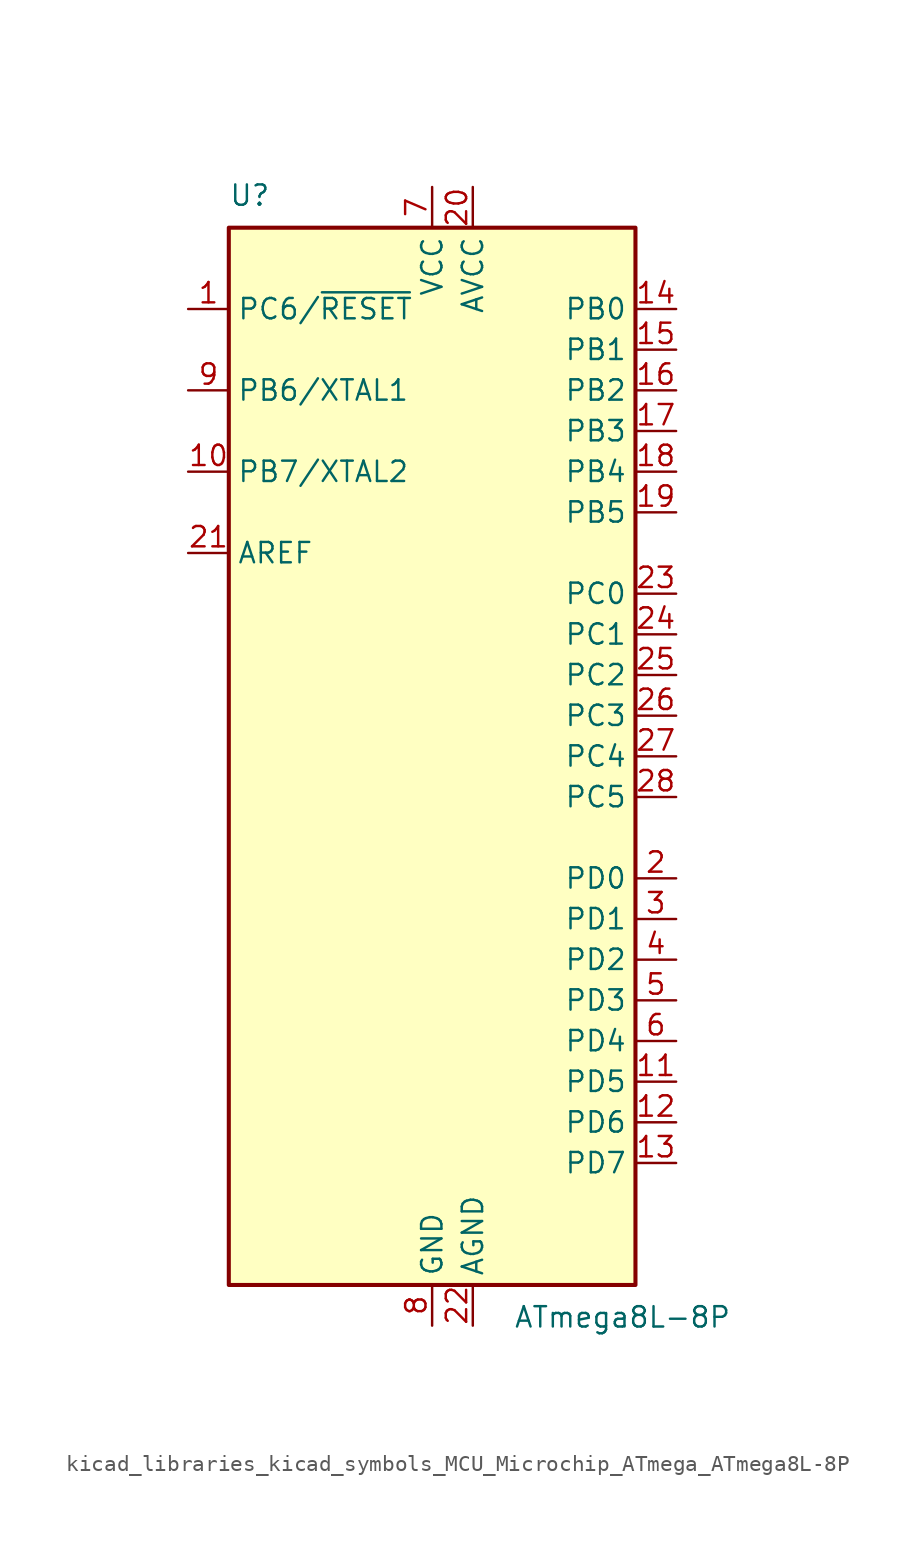
<source format=kicad_sym>
(kicad_symbol_lib
  (version 20220914)
  (generator kicad_symbol_editor)
  (symbol "kicad_libraries_kicad_symbols_MCU_Microchip_ATmega_ATmega8L-8P"
    (property "Reference" "U"
      (at -12.7 34.29 0)
      (effects (font (size 1.27 1.27)) (justify left bottom)))
    (property "Value" "ATmega8L-8P"
      (at 5.08 -34.29 0)
      (effects (font (size 1.27 1.27)) (justify left top)))
    (symbol "kicad_libraries_kicad_symbols_MCU_Microchip_ATmega_ATmega8L-8P_0_1"
      (rectangle (start -12.7 -33.02) (end 12.7 33.02) (stroke (width 0.254) (type default)) (fill (type background))))
    (symbol "kicad_libraries_kicad_symbols_MCU_Microchip_ATmega_ATmega8L-8P_1_1"
      (pin bidirectional line (at -15.24 27.94 0) (length 2.54) (name "PC6/~{RESET}" (effects (font (size 1.27 1.27)))) (number "1" (effects (font (size 1.27 1.27)))))
      (pin bidirectional line (at -15.24 17.78 0) (length 2.54) (name "PB7/XTAL2" (effects (font (size 1.27 1.27)))) (number "10" (effects (font (size 1.27 1.27)))))
      (pin bidirectional line (at 15.24 -20.32 180) (length 2.54) (name "PD5" (effects (font (size 1.27 1.27)))) (number "11" (effects (font (size 1.27 1.27)))))
      (pin bidirectional line (at 15.24 -22.86 180) (length 2.54) (name "PD6" (effects (font (size 1.27 1.27)))) (number "12" (effects (font (size 1.27 1.27)))))
      (pin bidirectional line (at 15.24 -25.4 180) (length 2.54) (name "PD7" (effects (font (size 1.27 1.27)))) (number "13" (effects (font (size 1.27 1.27)))))
      (pin bidirectional line (at 15.24 27.94 180) (length 2.54) (name "PB0" (effects (font (size 1.27 1.27)))) (number "14" (effects (font (size 1.27 1.27)))))
      (pin bidirectional line (at 15.24 25.4 180) (length 2.54) (name "PB1" (effects (font (size 1.27 1.27)))) (number "15" (effects (font (size 1.27 1.27)))))
      (pin bidirectional line (at 15.24 22.86 180) (length 2.54) (name "PB2" (effects (font (size 1.27 1.27)))) (number "16" (effects (font (size 1.27 1.27)))))
      (pin bidirectional line (at 15.24 20.32 180) (length 2.54) (name "PB3" (effects (font (size 1.27 1.27)))) (number "17" (effects (font (size 1.27 1.27)))))
      (pin bidirectional line (at 15.24 17.78 180) (length 2.54) (name "PB4" (effects (font (size 1.27 1.27)))) (number "18" (effects (font (size 1.27 1.27)))))
      (pin bidirectional line (at 15.24 15.24 180) (length 2.54) (name "PB5" (effects (font (size 1.27 1.27)))) (number "19" (effects (font (size 1.27 1.27)))))
      (pin bidirectional line (at 15.24 -7.62 180) (length 2.54) (name "PD0" (effects (font (size 1.27 1.27)))) (number "2" (effects (font (size 1.27 1.27)))))
      (pin power_in line (at 2.54 35.56 270) (length 2.54) (name "AVCC" (effects (font (size 1.27 1.27)))) (number "20" (effects (font (size 1.27 1.27)))))
      (pin passive line (at -15.24 12.7 0) (length 2.54) (name "AREF" (effects (font (size 1.27 1.27)))) (number "21" (effects (font (size 1.27 1.27)))))
      (pin power_in line (at 2.54 -35.56 90) (length 2.54) (name "AGND" (effects (font (size 1.27 1.27)))) (number "22" (effects (font (size 1.27 1.27)))))
      (pin bidirectional line (at 15.24 10.16 180) (length 2.54) (name "PC0" (effects (font (size 1.27 1.27)))) (number "23" (effects (font (size 1.27 1.27)))))
      (pin bidirectional line (at 15.24 7.62 180) (length 2.54) (name "PC1" (effects (font (size 1.27 1.27)))) (number "24" (effects (font (size 1.27 1.27)))))
      (pin bidirectional line (at 15.24 5.08 180) (length 2.54) (name "PC2" (effects (font (size 1.27 1.27)))) (number "25" (effects (font (size 1.27 1.27)))))
      (pin bidirectional line (at 15.24 2.54 180) (length 2.54) (name "PC3" (effects (font (size 1.27 1.27)))) (number "26" (effects (font (size 1.27 1.27)))))
      (pin bidirectional line (at 15.24 0 180) (length 2.54) (name "PC4" (effects (font (size 1.27 1.27)))) (number "27" (effects (font (size 1.27 1.27)))))
      (pin bidirectional line (at 15.24 -2.54 180) (length 2.54) (name "PC5" (effects (font (size 1.27 1.27)))) (number "28" (effects (font (size 1.27 1.27)))))
      (pin bidirectional line (at 15.24 -10.16 180) (length 2.54) (name "PD1" (effects (font (size 1.27 1.27)))) (number "3" (effects (font (size 1.27 1.27)))))
      (pin bidirectional line (at 15.24 -12.7 180) (length 2.54) (name "PD2" (effects (font (size 1.27 1.27)))) (number "4" (effects (font (size 1.27 1.27)))))
      (pin bidirectional line (at 15.24 -15.24 180) (length 2.54) (name "PD3" (effects (font (size 1.27 1.27)))) (number "5" (effects (font (size 1.27 1.27)))))
      (pin bidirectional line (at 15.24 -17.78 180) (length 2.54) (name "PD4" (effects (font (size 1.27 1.27)))) (number "6" (effects (font (size 1.27 1.27)))))
      (pin power_in line (at 0 35.56 270) (length 2.54) (name "VCC" (effects (font (size 1.27 1.27)))) (number "7" (effects (font (size 1.27 1.27)))))
      (pin power_in line (at 0 -35.56 90) (length 2.54) (name "GND" (effects (font (size 1.27 1.27)))) (number "8" (effects (font (size 1.27 1.27)))))
      (pin bidirectional line (at -15.24 22.86 0) (length 2.54) (name "PB6/XTAL1" (effects (font (size 1.27 1.27)))) (number "9" (effects (font (size 1.27 1.27))))))))
</source>
